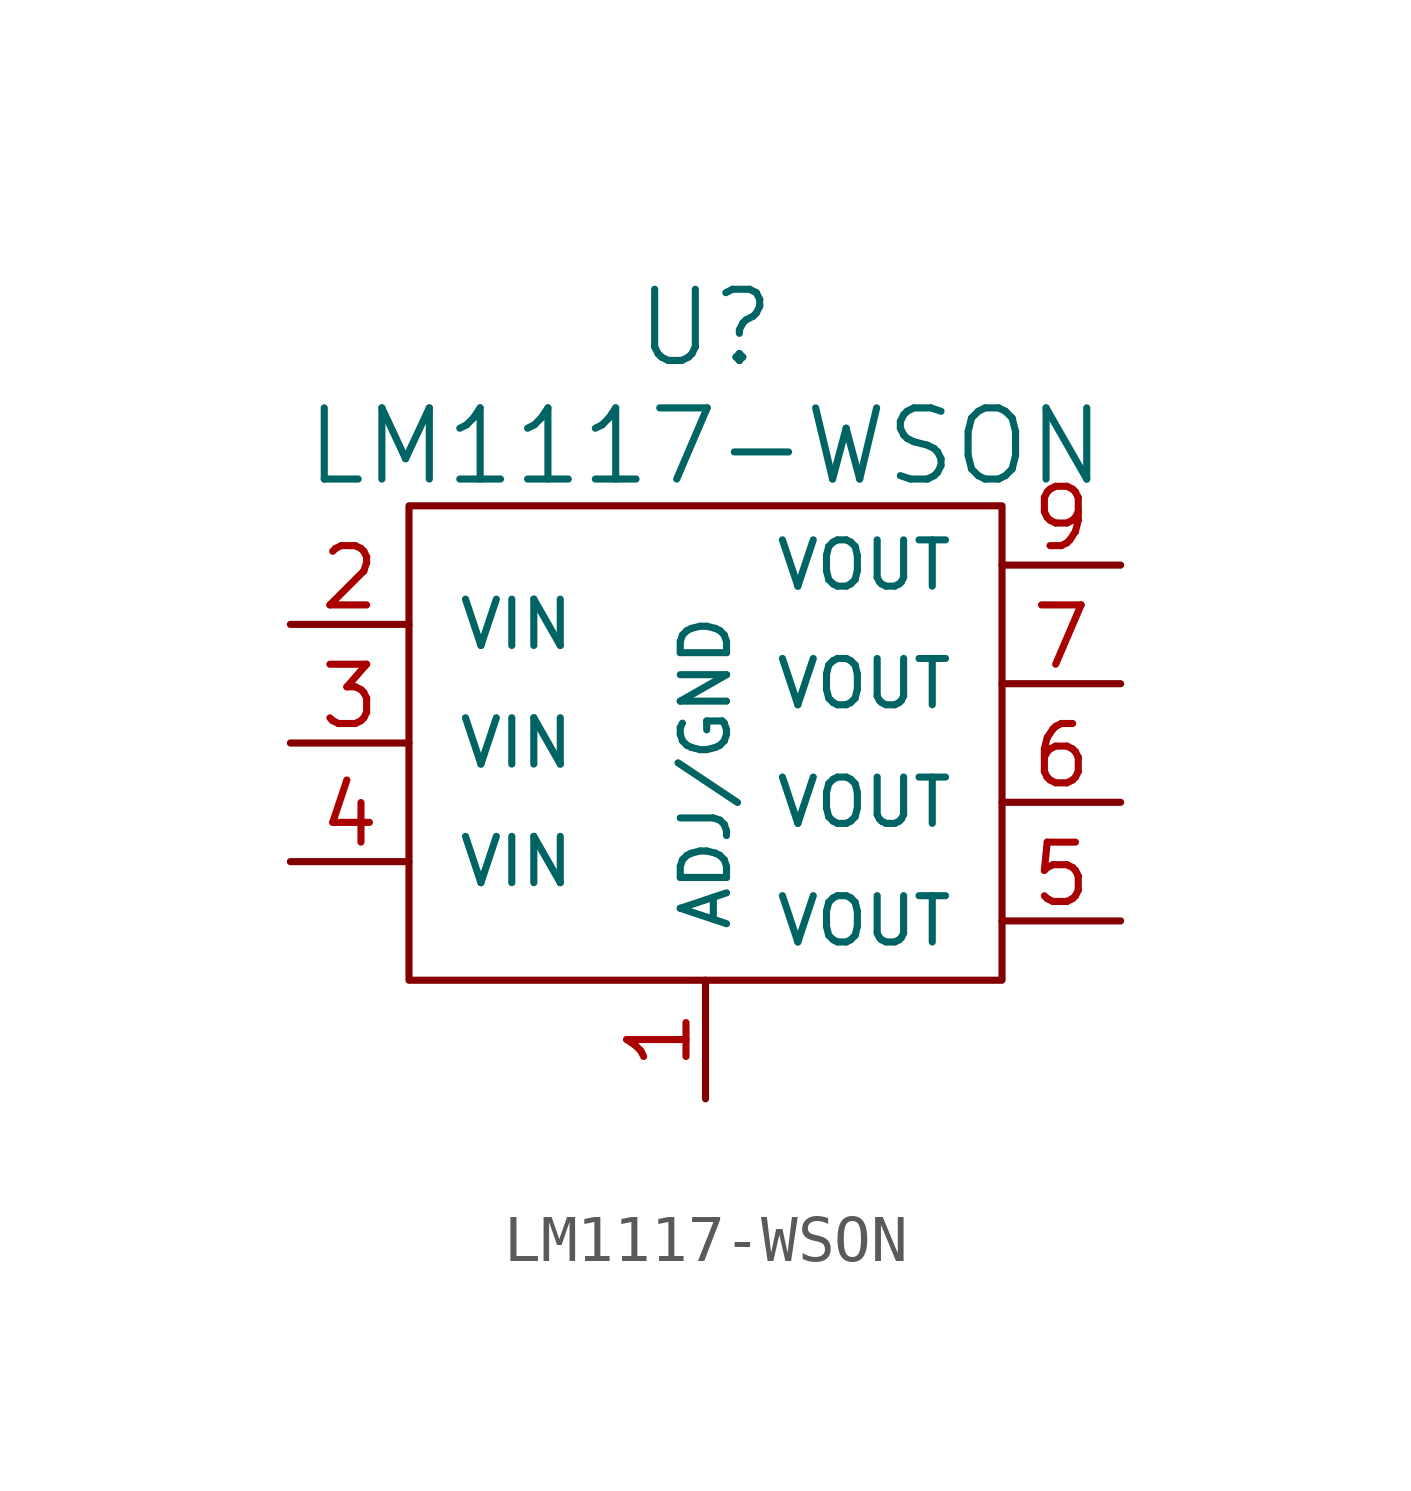
<source format=kicad_sym>
(kicad_symbol_lib
  (version 20220914)
  (generator kicad_symbol_editor)
  (symbol "LM1117-WSON"
    (pin_names
      (offset 1.016))
    (property "Reference" "U"
      (at 0 8.89 0)
      (effects (font (size 1.524 1.524))))
    (property "Value" "LM1117-WSON"
      (at 0 6.35 0)
      (effects (font (size 1.524 1.524))))
    (property "Footprint" ""
      (at 0 1.27 0)
      (effects (font (size 1.524 1.524))))
    (property "Datasheet" ""
      (at 0 0 0)
      (effects (font (size 1.524 1.524))))
    (symbol "LM1117-WSON_0_1"
      (rectangle (start 6.35 5.08) (end -6.35 -5.08) (stroke (width 0) (type solid)) (fill (type none))))
    (symbol "LM1117-WSON_1_1"
      (pin input line (at 0 -7.62 90) (length 2.54) (name "ADJ/GND" (effects (font (size 0.991 0.991)))) (number "1" (effects (font (size 1.27 1.27)))))
      (pin input line (at -8.89 2.54 0) (length 2.54) (name "VIN" (effects (font (size 0.991 0.991)))) (number "2" (effects (font (size 1.27 1.27)))))
      (pin input line (at -8.89 0 0) (length 2.54) (name "VIN" (effects (font (size 0.991 0.991)))) (number "3" (effects (font (size 1.27 1.27)))))
      (pin input line (at -8.89 -2.54 0) (length 2.54) (name "VIN" (effects (font (size 0.991 0.991)))) (number "4" (effects (font (size 1.27 1.27)))))
      (pin input line (at 8.89 -3.81 180) (length 2.54) (name "VOUT" (effects (font (size 0.991 0.991)))) (number "5" (effects (font (size 1.27 1.27)))))
      (pin input line (at 8.89 -1.27 180) (length 2.54) (name "VOUT" (effects (font (size 0.991 0.991)))) (number "6" (effects (font (size 1.27 1.27)))))
      (pin input line (at 8.89 1.27 180) (length 2.54) (name "VOUT" (effects (font (size 0.991 0.991)))) (number "7" (effects (font (size 1.27 1.27)))))
      (pin input line (at 8.89 3.81 180) (length 2.54) (name "VOUT" (effects (font (size 0.991 0.991)))) (number "9" (effects (font (size 1.27 1.27))))))))
</source>
